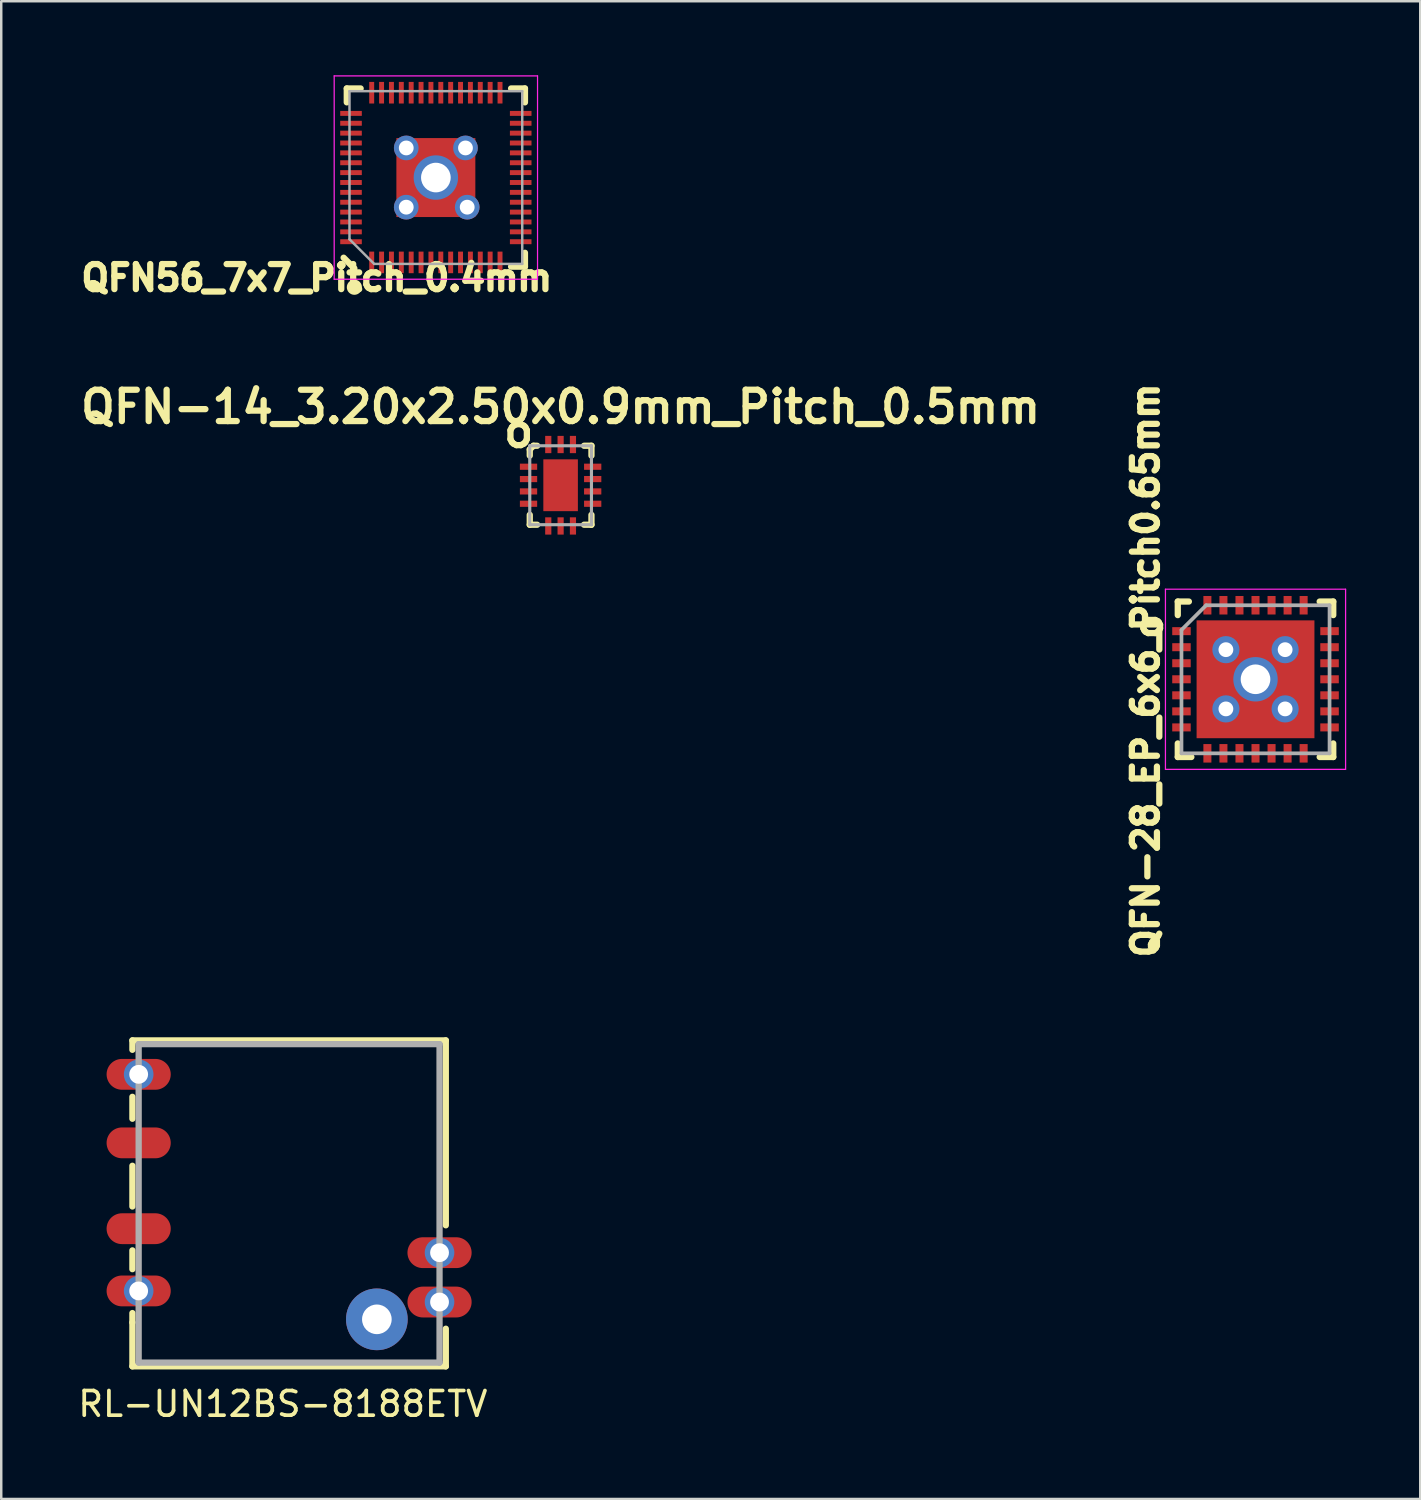
<source format=kicad_pcb>
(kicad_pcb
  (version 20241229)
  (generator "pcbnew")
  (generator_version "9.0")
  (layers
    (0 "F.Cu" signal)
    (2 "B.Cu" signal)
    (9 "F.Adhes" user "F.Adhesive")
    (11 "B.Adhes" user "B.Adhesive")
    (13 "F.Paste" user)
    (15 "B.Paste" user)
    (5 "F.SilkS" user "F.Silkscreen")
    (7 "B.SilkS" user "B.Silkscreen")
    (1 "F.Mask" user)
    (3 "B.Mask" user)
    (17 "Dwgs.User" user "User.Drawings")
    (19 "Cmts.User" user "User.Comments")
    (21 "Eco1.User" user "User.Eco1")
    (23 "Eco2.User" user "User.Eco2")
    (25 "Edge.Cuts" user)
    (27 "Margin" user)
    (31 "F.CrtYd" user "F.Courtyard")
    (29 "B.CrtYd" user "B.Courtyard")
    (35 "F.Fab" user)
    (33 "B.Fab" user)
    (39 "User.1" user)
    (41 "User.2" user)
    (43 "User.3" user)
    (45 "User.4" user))
  (footprint "QFN-28_EP_6x6_Pitch0.65mm"
    (layer "F.Cu")
    (at 47.826 24.476)
    (property "Reference" "QFN-28_EP_6x6_Pitch0.65mm" (at -4.452 -0.36 90) (layer "F.SilkS") (effects (font (size 1.016 1.016) (thickness 0.254))))
    (attr smd)
    (fp_line (start -3.15 -3.15) (end -2.7 -3.15) (stroke (width 0.254) (type solid)) (layer "F.SilkS"))
    (fp_line (start -3.15 -2.6) (end -3.15 -3.15) (stroke (width 0.254) (type solid)) (layer "F.SilkS"))
    (fp_line (start -3.15 3.15) (end -3.15 2.6) (stroke (width 0.254) (type solid)) (layer "F.SilkS"))
    (fp_line (start -2.6 3.15) (end -3.15 3.15) (stroke (width 0.254) (type solid)) (layer "F.SilkS"))
    (fp_line (start 2.6 -3.15) (end 3.15 -3.15) (stroke (width 0.254) (type solid)) (layer "F.SilkS"))
    (fp_line (start 2.6 3.15) (end 3.15 3.15) (stroke (width 0.254) (type solid)) (layer "F.SilkS"))
    (fp_line (start 3.15 -3.15) (end 3.15 -2.6) (stroke (width 0.254) (type solid)) (layer "F.SilkS"))
    (fp_line (start 3.15 3.15) (end 3.15 2.6) (stroke (width 0.254) (type solid)) (layer "F.SilkS"))
    (fp_line (start -3.65 -3.65) (end 3.65 -3.65) (stroke (width 0.05) (type solid)) (layer "F.CrtYd"))
    (fp_line (start -3.65 3.65) (end -3.65 -3.65) (stroke (width 0.05) (type solid)) (layer "F.CrtYd"))
    (fp_line (start 3.65 -3.65) (end 3.65 3.65) (stroke (width 0.05) (type solid)) (layer "F.CrtYd"))
    (fp_line (start 3.65 3.65) (end -3.65 3.65) (stroke (width 0.05) (type solid)) (layer "F.CrtYd"))
    (fp_line (start -3 -2) (end -3 3) (stroke (width 0.15) (type solid)) (layer "F.Fab"))
    (fp_line (start -3 3) (end 3 3) (stroke (width 0.15) (type solid)) (layer "F.Fab"))
    (fp_line (start -2 -3) (end -3 -2) (stroke (width 0.15) (type solid)) (layer "F.Fab"))
    (fp_line (start 3 -3) (end -2 -3) (stroke (width 0.15) (type solid)) (layer "F.Fab"))
    (fp_line (start 3 3) (end 3 -3) (stroke (width 0.15) (type solid)) (layer "F.Fab"))
    (fp_text user "o" (at -4.325 -2.138 90) (layer "F.SilkS") (effects (font (size 1.016 1.016) (thickness 0.254))))
    (pad "" smd rect (at -1.575 0) (size 1.549 1.651) (layers "F.Paste"))
    (pad "" smd rect (at 0 -1.727) (size 1.6 1.27) (layers "F.Paste"))
    (pad "" smd rect (at 0 1.727) (size 1.6 1.27) (layers "F.Paste"))
    (pad "" smd rect (at 1.575 0) (size 1.549 1.651) (layers "F.Paste"))
    (pad "1" smd rect (at -3 -1.95 90) (size 0.325 0.75) (layers "F.Cu" "F.Mask" "F.Paste"))
    (pad "2" smd rect (at -3 -1.3 90) (size 0.325 0.75) (layers "F.Cu" "F.Mask" "F.Paste"))
    (pad "3" smd rect (at -3 -0.65 90) (size 0.325 0.75) (layers "F.Cu" "F.Mask" "F.Paste"))
    (pad "4" smd rect (at -3 0 90) (size 0.325 0.75) (layers "F.Cu" "F.Mask" "F.Paste"))
    (pad "5" smd rect (at -3 0.65 90) (size 0.325 0.75) (layers "F.Cu" "F.Mask" "F.Paste"))
    (pad "6" smd rect (at -3 1.3 90) (size 0.325 0.75) (layers "F.Cu" "F.Mask" "F.Paste"))
    (pad "7" smd rect (at -3 1.95 90) (size 0.325 0.75) (layers "F.Cu" "F.Mask" "F.Paste"))
    (pad "8" smd rect (at -1.95 3) (size 0.325 0.75) (layers "F.Cu" "F.Mask" "F.Paste"))
    (pad "9" smd rect (at -1.3 3) (size 0.325 0.75) (layers "F.Cu" "F.Mask" "F.Paste"))
    (pad "10" smd rect (at -0.65 3) (size 0.325 0.75) (layers "F.Cu" "F.Mask" "F.Paste"))
    (pad "11" smd rect (at 0 3) (size 0.325 0.75) (layers "F.Cu" "F.Mask" "F.Paste"))
    (pad "12" smd rect (at 0.65 3) (size 0.325 0.75) (layers "F.Cu" "F.Mask" "F.Paste"))
    (pad "13" smd rect (at 1.3 3) (size 0.325 0.75) (layers "F.Cu" "F.Mask" "F.Paste"))
    (pad "14" smd rect (at 1.95 3) (size 0.325 0.75) (layers "F.Cu" "F.Mask" "F.Paste"))
    (pad "15" smd rect (at 3 1.95 90) (size 0.325 0.75) (layers "F.Cu" "F.Mask" "F.Paste"))
    (pad "16" smd rect (at 3 1.3 90) (size 0.325 0.75) (layers "F.Cu" "F.Mask" "F.Paste"))
    (pad "17" smd rect (at 3 0.65 90) (size 0.325 0.75) (layers "F.Cu" "F.Mask" "F.Paste"))
    (pad "18" smd rect (at 3 0 90) (size 0.325 0.75) (layers "F.Cu" "F.Mask" "F.Paste"))
    (pad "19" smd rect (at 3 -0.65 90) (size 0.325 0.75) (layers "F.Cu" "F.Mask" "F.Paste"))
    (pad "20" smd rect (at 3 -1.3 90) (size 0.325 0.75) (layers "F.Cu" "F.Mask" "F.Paste"))
    (pad "21" smd rect (at 3 -1.95 90) (size 0.325 0.75) (layers "F.Cu" "F.Mask" "F.Paste"))
    (pad "22" smd rect (at 1.95 -3) (size 0.325 0.75) (layers "F.Cu" "F.Mask" "F.Paste"))
    (pad "23" smd rect (at 1.3 -3) (size 0.325 0.75) (layers "F.Cu" "F.Mask" "F.Paste"))
    (pad "24" smd rect (at 0.65 -3) (size 0.325 0.75) (layers "F.Cu" "F.Mask" "F.Paste"))
    (pad "25" smd rect (at 0 -3) (size 0.325 0.75) (layers "F.Cu" "F.Mask" "F.Paste"))
    (pad "26" smd rect (at -0.65 -3) (size 0.325 0.75) (layers "F.Cu" "F.Mask" "F.Paste"))
    (pad "27" smd rect (at -1.3 -3) (size 0.325 0.75) (layers "F.Cu" "F.Mask" "F.Paste"))
    (pad "28" smd rect (at -1.95 -3) (size 0.325 0.75) (layers "F.Cu" "F.Mask" "F.Paste"))
    (pad "29" thru_hole circle (at -1.2 -1.2) (size 1.1 1.1) (drill 0.6) (layers "*.Cu" "*.Mask"))
    (pad "29" thru_hole circle (at -1.2 1.2) (size 1.1 1.1) (drill 0.6) (layers "*.Cu" "*.Mask"))
    (pad "29" thru_hole circle (at 0 0) (size 1.8 1.8) (drill 1.2) (layers "*.Cu" "*.Mask"))
    (pad "29" smd rect (at 0 0) (size 4.775 4.775) (layers "F.Cu" "F.Mask"))
    (pad "29" thru_hole circle (at 1.2 -1.2) (size 1.1 1.1) (drill 0.6) (layers "*.Cu" "*.Mask"))
    (pad "29" thru_hole circle (at 1.2 1.2) (size 1.1 1.1) (drill 0.6) (layers "*.Cu" "*.Mask")))
  (footprint "QFN56_7x7_Pitch_0.4mm"
    (layer "F.Cu")
    (at 14.612 4.145)
    (property "Reference" "QFN56_7x7_Pitch_0.4mm" (at -4.826 4.064 0) (layer "F.SilkS") (effects (font (size 1.016 1.016) (thickness 0.254))))
    (attr smd)
    (fp_line (start -3.61 -3.61) (end -3.048 -3.61) (stroke (width 0.254) (type solid)) (layer "F.SilkS"))
    (fp_line (start -3.61 -3.048) (end -3.61 -3.61) (stroke (width 0.254) (type solid)) (layer "F.SilkS"))
    (fp_line (start -3.302 3.683) (end -3.737 3.248) (stroke (width 0.254) (type solid)) (layer "F.SilkS"))
    (fp_line (start 3.61 -3.61) (end 3.048 -3.61) (stroke (width 0.254) (type solid)) (layer "F.SilkS"))
    (fp_line (start 3.61 -3.048) (end 3.61 -3.61) (stroke (width 0.254) (type solid)) (layer "F.SilkS"))
    (fp_line (start 3.61 3.048) (end 3.61 3.61) (stroke (width 0.254) (type solid)) (layer "F.SilkS"))
    (fp_line (start 3.61 3.61) (end 3.048 3.61) (stroke (width 0.254) (type solid)) (layer "F.SilkS"))
    (fp_circle (center -3.302 4.445) (end -3.175 4.318) (stroke (width 0.254) (type solid)) (fill no) (layer "F.SilkS"))
    (fp_line (start -4.12 -4.12) (end -4.12 4.12) (stroke (width 0.05) (type solid)) (layer "F.CrtYd"))
    (fp_line (start -4.12 4.12) (end 4.12 4.12) (stroke (width 0.05) (type solid)) (layer "F.CrtYd"))
    (fp_line (start 4.12 -4.12) (end -4.12 -4.12) (stroke (width 0.05) (type solid)) (layer "F.CrtYd"))
    (fp_line (start 4.12 4.12) (end 4.12 -4.12) (stroke (width 0.05) (type solid)) (layer "F.CrtYd"))
    (fp_line (start -3.5 -3.5) (end 3.5 -3.5) (stroke (width 0.1) (type solid)) (layer "F.Fab"))
    (fp_line (start -3.5 2.5) (end -3.5 -3.5) (stroke (width 0.1) (type solid)) (layer "F.Fab"))
    (fp_line (start -2.5 3.5) (end -3.5 2.5) (stroke (width 0.1) (type solid)) (layer "F.Fab"))
    (fp_line (start 3.5 -3.5) (end 3.5 3.5) (stroke (width 0.1) (type solid)) (layer "F.Fab"))
    (fp_line (start 3.5 3.5) (end -2.5 3.5) (stroke (width 0.1) (type solid)) (layer "F.Fab"))
    (pad "" smd rect (at -1.194 0 90) (size 1.7 0.8) (layers "F.Paste"))
    (pad "" smd rect (at 0 -1.194 180) (size 0.949 0.8) (layers "F.Paste"))
    (pad "" smd rect (at 0 1.194 180) (size 0.949 0.8) (layers "F.Paste"))
    (pad "" smd rect (at 1.194 0 90) (size 1.7 0.8) (layers "F.Paste"))
    (pad "1" smd rect (at -2.6 3.438 90) (size 0.875 0.2) (layers "F.Cu" "F.Mask" "F.Paste"))
    (pad "2" smd rect (at -2.2 3.438 90) (size 0.875 0.2) (layers "F.Cu" "F.Mask" "F.Paste"))
    (pad "3" smd rect (at -1.8 3.438 90) (size 0.875 0.2) (layers "F.Cu" "F.Mask" "F.Paste"))
    (pad "4" smd rect (at -1.4 3.438 90) (size 0.875 0.2) (layers "F.Cu" "F.Mask" "F.Paste"))
    (pad "5" smd rect (at -1 3.438 90) (size 0.875 0.2) (layers "F.Cu" "F.Mask" "F.Paste"))
    (pad "6" smd rect (at -0.6 3.438 90) (size 0.875 0.2) (layers "F.Cu" "F.Mask" "F.Paste"))
    (pad "7" smd rect (at -0.2 3.438 90) (size 0.875 0.2) (layers "F.Cu" "F.Mask" "F.Paste"))
    (pad "8" smd rect (at 0.2 3.438 90) (size 0.875 0.2) (layers "F.Cu" "F.Mask" "F.Paste"))
    (pad "9" smd rect (at 0.6 3.438 90) (size 0.875 0.2) (layers "F.Cu" "F.Mask" "F.Paste"))
    (pad "10" smd rect (at 1 3.438 90) (size 0.875 0.2) (layers "F.Cu" "F.Mask" "F.Paste"))
    (pad "11" smd rect (at 1.4 3.438 90) (size 0.875 0.2) (layers "F.Cu" "F.Mask" "F.Paste"))
    (pad "12" smd rect (at 1.8 3.438 90) (size 0.875 0.2) (layers "F.Cu" "F.Mask" "F.Paste"))
    (pad "13" smd rect (at 2.2 3.438 90) (size 0.875 0.2) (layers "F.Cu" "F.Mask" "F.Paste"))
    (pad "14" smd rect (at 2.6 3.438 90) (size 0.875 0.2) (layers "F.Cu" "F.Mask" "F.Paste"))
    (pad "15" smd rect (at 3.438 2.6 90) (size 0.2 0.875) (layers "F.Cu" "F.Mask" "F.Paste"))
    (pad "16" smd rect (at 3.438 2.2 90) (size 0.2 0.875) (layers "F.Cu" "F.Mask" "F.Paste"))
    (pad "17" smd rect (at 3.438 1.8 90) (size 0.2 0.875) (layers "F.Cu" "F.Mask" "F.Paste"))
    (pad "18" smd rect (at 3.438 1.4 90) (size 0.2 0.875) (layers "F.Cu" "F.Mask" "F.Paste"))
    (pad "19" smd rect (at 3.438 1 90) (size 0.2 0.875) (layers "F.Cu" "F.Mask" "F.Paste"))
    (pad "20" smd rect (at 3.438 0.6 90) (size 0.2 0.875) (layers "F.Cu" "F.Mask" "F.Paste"))
    (pad "21" smd rect (at 3.438 0.2 90) (size 0.2 0.875) (layers "F.Cu" "F.Mask" "F.Paste"))
    (pad "22" smd rect (at 3.438 -0.2 90) (size 0.2 0.875) (layers "F.Cu" "F.Mask" "F.Paste"))
    (pad "23" smd rect (at 3.438 -0.6 90) (size 0.2 0.875) (layers "F.Cu" "F.Mask" "F.Paste"))
    (pad "24" smd rect (at 3.438 -1 90) (size 0.2 0.875) (layers "F.Cu" "F.Mask" "F.Paste"))
    (pad "25" smd rect (at 3.438 -1.4 90) (size 0.2 0.875) (layers "F.Cu" "F.Mask" "F.Paste"))
    (pad "26" smd rect (at 3.438 -1.8 90) (size 0.2 0.875) (layers "F.Cu" "F.Mask" "F.Paste"))
    (pad "27" smd rect (at 3.438 -2.2 90) (size 0.2 0.875) (layers "F.Cu" "F.Mask" "F.Paste"))
    (pad "28" smd rect (at 3.438 -2.6 90) (size 0.2 0.875) (layers "F.Cu" "F.Mask" "F.Paste"))
    (pad "29" smd rect (at 2.6 -3.438 90) (size 0.875 0.2) (layers "F.Cu" "F.Mask" "F.Paste"))
    (pad "30" smd rect (at 2.2 -3.438 90) (size 0.875 0.2) (layers "F.Cu" "F.Mask" "F.Paste"))
    (pad "31" smd rect (at 1.8 -3.438 90) (size 0.875 0.2) (layers "F.Cu" "F.Mask" "F.Paste"))
    (pad "32" smd rect (at 1.4 -3.438 90) (size 0.875 0.2) (layers "F.Cu" "F.Mask" "F.Paste"))
    (pad "33" smd rect (at 1 -3.438 90) (size 0.875 0.2) (layers "F.Cu" "F.Mask" "F.Paste"))
    (pad "34" smd rect (at 0.6 -3.438 90) (size 0.875 0.2) (layers "F.Cu" "F.Mask" "F.Paste"))
    (pad "35" smd rect (at 0.2 -3.438 90) (size 0.875 0.2) (layers "F.Cu" "F.Mask" "F.Paste"))
    (pad "36" smd rect (at -0.2 -3.438 90) (size 0.875 0.2) (layers "F.Cu" "F.Mask" "F.Paste"))
    (pad "37" smd rect (at -0.6 -3.438 90) (size 0.875 0.2) (layers "F.Cu" "F.Mask" "F.Paste"))
    (pad "38" smd rect (at -1 -3.438 90) (size 0.875 0.2) (layers "F.Cu" "F.Mask" "F.Paste"))
    (pad "39" smd rect (at -1.4 -3.438 90) (size 0.875 0.2) (layers "F.Cu" "F.Mask" "F.Paste"))
    (pad "40" smd rect (at -1.8 -3.438 90) (size 0.875 0.2) (layers "F.Cu" "F.Mask" "F.Paste"))
    (pad "41" smd rect (at -2.2 -3.438 90) (size 0.875 0.2) (layers "F.Cu" "F.Mask" "F.Paste"))
    (pad "42" smd rect (at -2.6 -3.438 90) (size 0.875 0.2) (layers "F.Cu" "F.Mask" "F.Paste"))
    (pad "43" smd rect (at -3.438 -2.6 90) (size 0.2 0.875) (layers "F.Cu" "F.Mask" "F.Paste"))
    (pad "44" smd rect (at -3.438 -2.2 90) (size 0.2 0.875) (layers "F.Cu" "F.Mask" "F.Paste"))
    (pad "45" smd rect (at -3.438 -1.8 90) (size 0.2 0.875) (layers "F.Cu" "F.Mask" "F.Paste"))
    (pad "46" smd rect (at -3.438 -1.4 90) (size 0.2 0.875) (layers "F.Cu" "F.Mask" "F.Paste"))
    (pad "47" smd rect (at -3.438 -1 90) (size 0.2 0.875) (layers "F.Cu" "F.Mask" "F.Paste"))
    (pad "48" smd rect (at -3.438 -0.6 90) (size 0.2 0.875) (layers "F.Cu" "F.Mask" "F.Paste"))
    (pad "49" smd rect (at -3.438 -0.2 90) (size 0.2 0.875) (layers "F.Cu" "F.Mask" "F.Paste"))
    (pad "50" smd rect (at -3.438 0.2 90) (size 0.2 0.875) (layers "F.Cu" "F.Mask" "F.Paste"))
    (pad "51" smd rect (at -3.438 0.6 90) (size 0.2 0.875) (layers "F.Cu" "F.Mask" "F.Paste"))
    (pad "52" smd rect (at -3.438 1 90) (size 0.2 0.875) (layers "F.Cu" "F.Mask" "F.Paste"))
    (pad "53" smd rect (at -3.438 1.4 90) (size 0.2 0.875) (layers "F.Cu" "F.Mask" "F.Paste"))
    (pad "54" smd rect (at -3.438 1.8 90) (size 0.2 0.875) (layers "F.Cu" "F.Mask" "F.Paste"))
    (pad "55" smd rect (at -3.438 2.2 90) (size 0.2 0.875) (layers "F.Cu" "F.Mask" "F.Paste"))
    (pad "56" smd rect (at -3.438 2.6 90) (size 0.2 0.875) (layers "F.Cu" "F.Mask" "F.Paste"))
    (pad "57" thru_hole circle (at -1.2 -1.2 90) (size 1 1) (drill 0.6) (layers "*.Cu" "*.Mask"))
    (pad "57" thru_hole circle (at -1.2 1.2 90) (size 1 1) (drill 0.6) (layers "*.Cu" "*.Mask"))
    (pad "57" thru_hole circle (at 0 0 90) (size 1.8 1.8) (drill 1.2) (layers "*.Cu" "*.Mask"))
    (pad "57" smd rect (at 0 0 90) (size 3.2 3.2) (layers "F.Cu" "F.Mask"))
    (pad "57" thru_hole circle (at 1.2 -1.2 90) (size 1 1) (drill 0.6) (layers "*.Cu" "*.Mask"))
    (pad "57" thru_hole circle (at 1.27 1.2 90) (size 1 1) (drill 0.6) (layers "*.Cu" "*.Mask")))
  (footprint "QFN-14_3.20x2.50x0.9mm_Pitch_0.5mm"
    (layer "F.Cu")
    (at 19.667 16.613)
    (property "Reference" "QFN-14_3.20x2.50x0.9mm_Pitch_0.5mm" (at 0 -3.175 0) (layer "F.SilkS") (effects (font (size 1.27 1.27) (thickness 0.254))))
    (attr smd)
    (fp_line (start -1.25 -1.45) (end -1.25 -1.2) (stroke (width 0.254) (type solid)) (layer "F.SilkS"))
    (fp_line (start -1.25 1.2) (end -1.25 1.6) (stroke (width 0.254) (type solid)) (layer "F.SilkS"))
    (fp_line (start -1.25 1.6) (end -0.95 1.6) (stroke (width 0.254) (type solid)) (layer "F.SilkS"))
    (fp_line (start -1.1 -1.6) (end -1.25 -1.45) (stroke (width 0.254) (type solid)) (layer "F.SilkS"))
    (fp_line (start -0.95 -1.6) (end -1.1 -1.6) (stroke (width 0.254) (type solid)) (layer "F.SilkS"))
    (fp_line (start 0.95 1.6) (end 1.25 1.6) (stroke (width 0.254) (type solid)) (layer "F.SilkS"))
    (fp_line (start 1.25 -1.6) (end 0.95 -1.6) (stroke (width 0.254) (type solid)) (layer "F.SilkS"))
    (fp_line (start 1.25 -1.2) (end 1.25 -1.6) (stroke (width 0.254) (type solid)) (layer "F.SilkS"))
    (fp_line (start 1.25 1.6) (end 1.25 1.2) (stroke (width 0.254) (type solid)) (layer "F.SilkS"))
    (fp_line (start -1.25 -1.6) (end 1.25 -1.6) (stroke (width 0.127) (type solid)) (layer "F.Fab"))
    (fp_line (start -1.25 1.6) (end -1.25 -1.6) (stroke (width 0.127) (type solid)) (layer "F.Fab"))
    (fp_line (start 1.25 -1.6) (end 1.25 1.6) (stroke (width 0.127) (type solid)) (layer "F.Fab"))
    (fp_line (start 1.25 1.6) (end -1.25 1.6) (stroke (width 0.127) (type solid)) (layer "F.Fab"))
    (fp_text user "o" (at -1.7 -2.2 0) (layer "F.SilkS") (effects (font (size 1.27 1.27) (thickness 0.254))))
    (pad "0" smd rect (at 0 0) (size 1.4 2.1) (layers "F.Cu" "F.Mask" "F.Paste"))
    (pad "1" smd rect (at -1.3 -0.75) (size 0.7 0.25) (layers "F.Cu" "F.Mask" "F.Paste"))
    (pad "2" smd rect (at -1.3 -0.25) (size 0.7 0.25) (layers "F.Cu" "F.Mask" "F.Paste"))
    (pad "3" smd rect (at -1.3 0.25) (size 0.7 0.25) (layers "F.Cu" "F.Mask" "F.Paste"))
    (pad "4" smd rect (at -1.3 0.75) (size 0.7 0.25) (layers "F.Cu" "F.Mask" "F.Paste"))
    (pad "5" smd rect (at -0.5 1.65 90) (size 0.7 0.25) (layers "F.Cu" "F.Mask" "F.Paste"))
    (pad "6" smd rect (at 0 1.65 90) (size 0.7 0.25) (layers "F.Cu" "F.Mask" "F.Paste"))
    (pad "7" smd rect (at 0.5 1.65 90) (size 0.7 0.25) (layers "F.Cu" "F.Mask" "F.Paste"))
    (pad "8" smd rect (at 1.3 0.75) (size 0.7 0.25) (layers "F.Cu" "F.Mask" "F.Paste"))
    (pad "9" smd rect (at 1.3 0.25) (size 0.7 0.25) (layers "F.Cu" "F.Mask" "F.Paste"))
    (pad "10" smd rect (at 1.3 -0.25) (size 0.7 0.25) (layers "F.Cu" "F.Mask" "F.Paste"))
    (pad "11" smd rect (at 1.3 -0.75) (size 0.7 0.25) (layers "F.Cu" "F.Mask" "F.Paste"))
    (pad "12" smd rect (at 0.5 -1.65 90) (size 0.7 0.25) (layers "F.Cu" "F.Mask" "F.Paste"))
    (pad "13" smd rect (at 0 -1.65 90) (size 0.7 0.25) (layers "F.Cu" "F.Mask" "F.Paste"))
    (pad "14" smd rect (at -0.5 -1.65 90) (size 0.7 0.25) (layers "F.Cu" "F.Mask" "F.Paste")))
  (footprint "RL-UN12BS-8188ETV"
    (layer "F.Cu")
    (at 8.665 45.713)
    (property "Reference" "RL-UN12BS-8188ETV" (at -0.254 8.128 0) (layer "F.SilkS") (effects (font (size 1 1) (thickness 0.15))))
    (attr smd)
    (fp_line (start -6.35 -6.604) (end 6.35 -6.604) (stroke (width 0.254) (type solid)) (layer "F.SilkS"))
    (fp_line (start -6.35 -6.223) (end -6.35 -6.604) (stroke (width 0.254) (type solid)) (layer "F.SilkS"))
    (fp_line (start -6.35 -4.318) (end -6.35 -3.429) (stroke (width 0.254) (type solid)) (layer "F.SilkS"))
    (fp_line (start -6.35 -1.524) (end -6.35 0.127) (stroke (width 0.254) (type solid)) (layer "F.SilkS"))
    (fp_line (start -6.35 1.905) (end -6.35 2.667) (stroke (width 0.254) (type solid)) (layer "F.SilkS"))
    (fp_line (start -6.35 4.445) (end -6.35 4.826) (stroke (width 0.254) (type solid)) (layer "F.SilkS"))
    (fp_line (start -6.35 6.604) (end -6.35 4.826) (stroke (width 0.254) (type solid)) (layer "F.SilkS"))
    (fp_line (start 6.35 -6.604) (end 6.35 0.889) (stroke (width 0.254) (type solid)) (layer "F.SilkS"))
    (fp_line (start 6.35 5.08) (end 6.35 6.604) (stroke (width 0.254) (type solid)) (layer "F.SilkS"))
    (fp_line (start 6.35 6.604) (end -6.35 6.604) (stroke (width 0.254) (type solid)) (layer "F.SilkS"))
    (fp_line (start -6.096 -6.452) (end 6.096 -6.452) (stroke (width 0.254) (type solid)) (layer "F.Fab"))
    (fp_line (start -6.096 6.452) (end -6.096 -6.452) (stroke (width 0.254) (type solid)) (layer "F.Fab"))
    (fp_line (start 6.096 -6.452) (end 6.096 6.452) (stroke (width 0.254) (type solid)) (layer "F.Fab"))
    (fp_line (start 6.096 6.452) (end -6.096 6.452) (stroke (width 0.254) (type solid)) (layer "F.Fab"))
    (pad "1" thru_hole circle (at -6.096 -5.229) (size 1.2 1.2) (drill 0.762) (layers "*.Cu" "*.Mask"))
    (pad "1" smd oval (at -6.096 -5.229) (size 2.6 1.25) (layers "F.Cu" "F.Mask"))
    (pad "2" smd oval (at -6.096 -2.452) (size 2.6 1.25) (layers "F.Cu" "F.Mask"))
    (pad "3" smd oval (at -6.096 1.026) (size 2.6 1.25) (layers "F.Cu" "F.Mask"))
    (pad "4" thru_hole circle (at -6.096 3.548) (size 1.2 1.2) (drill 0.762) (layers "*.Cu" "*.Mask"))
    (pad "4" smd oval (at -6.096 3.548) (size 2.6 1.25) (layers "F.Cu" "F.Mask"))
    (pad "5" thru_hole circle (at 3.556 4.699) (size 2.5 2.5) (drill 1.2) (layers "*.Cu" "*.Mask"))
    (pad "5" thru_hole circle (at 6.096 3.998) (size 1.2 1.2) (drill 0.762) (layers "*.Cu" "*.Mask"))
    (pad "5" smd oval (at 6.096 3.998) (size 2.6 1.25) (layers "F.Cu" "F.Mask"))
    (pad "6" thru_hole circle (at 6.096 1.998) (size 1.2 1.2) (drill 0.762) (layers "*.Cu" "*.Mask"))
    (pad "6" smd oval (at 6.096 1.998) (size 2.6 1.25) (layers "F.Cu" "F.Mask")))
  (gr_rect
    (start -3 -3)
    (end 54.501 57.69)
    (stroke (width 0.1) (type default))
    (fill no)
    (layer "Edge.Cuts")))
</source>
